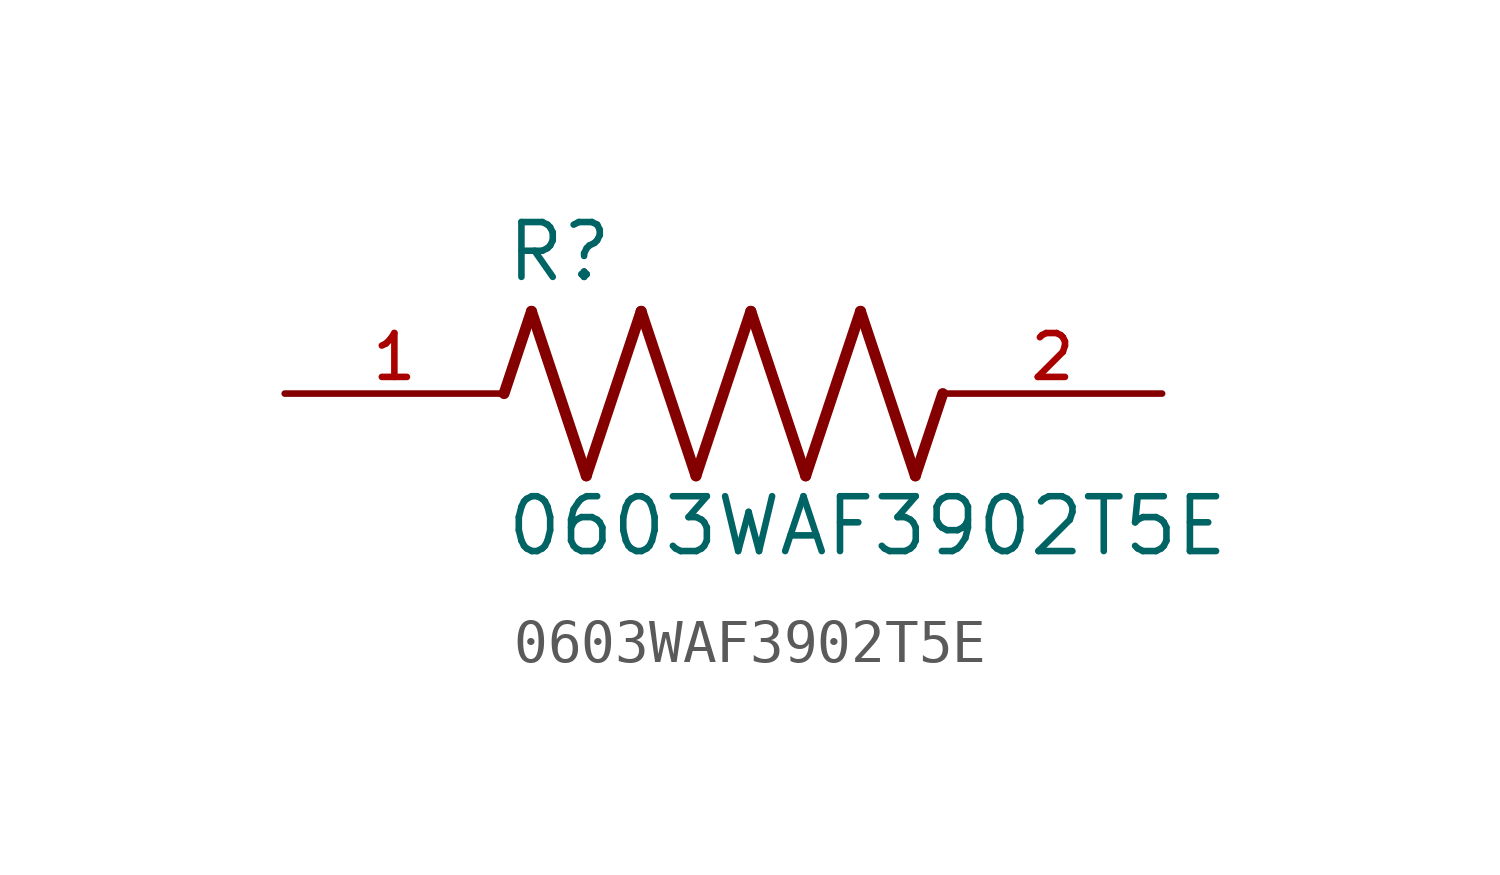
<source format=kicad_sym>
(kicad_symbol_lib
  (version 20211014)
  (generator kicad_symbol_editor)
  (symbol "0603WAF3902T5E"
    (pin_names
      (offset 1.016))
    (property "Reference" "R"
      (at -5.08 2.54 0)
      (effects (font (size 1.27 1.27)) (justify bottom left)))
    (property "Value" "0603WAF3902T5E"
      (at -5.08 -3.81 0)
      (effects (font (size 1.27 1.27)) (justify bottom left)))
    (symbol "0603WAF3902T5E_0_0"
      (polyline (pts (xy -5.08 0.0) (xy -4.445 1.905)) (stroke (width 0.254)))
      (polyline (pts (xy -4.445 1.905) (xy -3.175 -1.905)) (stroke (width 0.254)))
      (polyline (pts (xy -3.175 -1.905) (xy -1.905 1.905)) (stroke (width 0.254)))
      (polyline (pts (xy -1.905 1.905) (xy -0.635 -1.905)) (stroke (width 0.254)))
      (polyline (pts (xy -0.635 -1.905) (xy 0.635 1.905)) (stroke (width 0.254)))
      (polyline (pts (xy 0.635 1.905) (xy 1.905 -1.905)) (stroke (width 0.254)))
      (polyline (pts (xy 1.905 -1.905) (xy 3.175 1.905)) (stroke (width 0.254)))
      (polyline (pts (xy 3.175 1.905) (xy 4.445 -1.905)) (stroke (width 0.254)))
      (polyline (pts (xy 4.445 -1.905) (xy 5.08 0.0)) (stroke (width 0.254)))
      (pin passive line (at -10.16 0.0 0) (length 5.08) (name "~" (effects (font (size 1.016 1.016)))) (number "1" (effects (font (size 1.016 1.016)))))
      (pin passive line (at 10.16 0.0 180.0) (length 5.08) (name "~" (effects (font (size 1.016 1.016)))) (number "2" (effects (font (size 1.016 1.016))))))))
</source>
